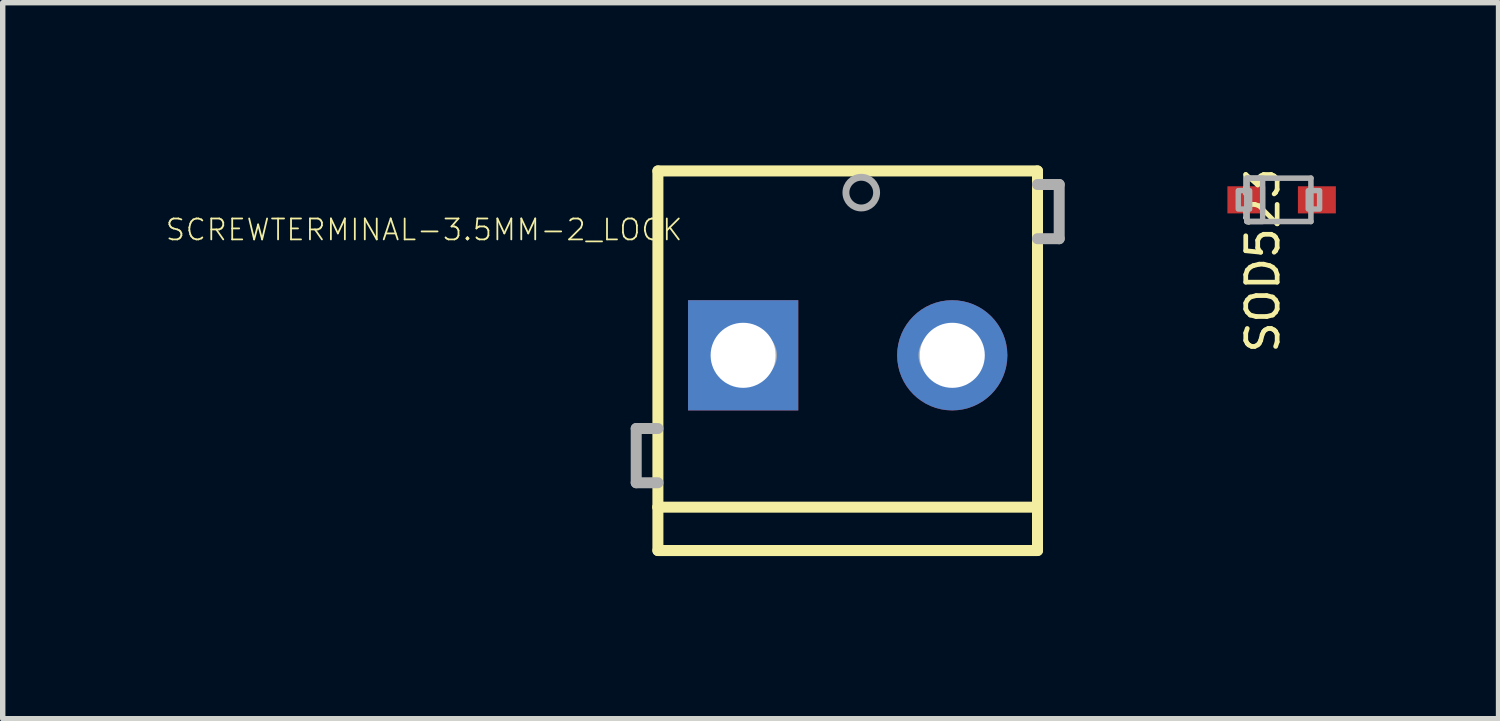
<source format=kicad_pcb>
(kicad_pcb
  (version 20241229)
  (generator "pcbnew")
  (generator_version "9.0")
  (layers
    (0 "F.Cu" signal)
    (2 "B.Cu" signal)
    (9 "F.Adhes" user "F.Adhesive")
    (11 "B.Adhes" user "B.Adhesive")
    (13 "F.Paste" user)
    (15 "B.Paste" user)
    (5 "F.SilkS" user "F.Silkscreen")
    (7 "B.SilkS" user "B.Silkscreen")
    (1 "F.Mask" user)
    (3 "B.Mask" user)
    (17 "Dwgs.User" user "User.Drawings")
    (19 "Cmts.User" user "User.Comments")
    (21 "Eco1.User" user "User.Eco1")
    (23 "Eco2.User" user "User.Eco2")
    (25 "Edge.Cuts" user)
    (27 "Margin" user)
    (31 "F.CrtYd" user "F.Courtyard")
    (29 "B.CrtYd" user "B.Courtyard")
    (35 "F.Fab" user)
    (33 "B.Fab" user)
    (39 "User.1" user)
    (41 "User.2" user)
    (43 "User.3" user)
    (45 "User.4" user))
  (footprint "SCREWTERMINAL-3.5MM-2_LOCK"
    (layer "F.Cu")
    (at 10.832 3.502)
    (property "Reference" "SCREWTERMINAL-3.5MM-2_LOCK" (at -1.27 -2.54 0) (layer "F.SilkS") (effects (font (size 0.386 0.386) (thickness 0.033)) (justify right top)))
    (attr through_hole)
    (fp_line (start -1.75 -3.4) (end 5.25 -3.4) (stroke (width 0.203) (type solid)) (layer "F.SilkS"))
    (fp_line (start -1.75 2.8) (end -1.75 -3.4) (stroke (width 0.203) (type solid)) (layer "F.SilkS"))
    (fp_line (start -1.75 3.6) (end -1.75 2.8) (stroke (width 0.203) (type solid)) (layer "F.SilkS"))
    (fp_line (start 5.25 -3.4) (end 5.25 2.8) (stroke (width 0.203) (type solid)) (layer "F.SilkS"))
    (fp_line (start 5.25 2.8) (end -1.75 2.8) (stroke (width 0.203) (type solid)) (layer "F.SilkS"))
    (fp_line (start 5.25 2.8) (end 5.25 3.6) (stroke (width 0.203) (type solid)) (layer "F.SilkS"))
    (fp_line (start 5.25 3.6) (end -1.75 3.6) (stroke (width 0.203) (type solid)) (layer "F.SilkS"))
    (fp_line (start -2.15 1.35) (end -2.15 2.35) (stroke (width 0.203) (type solid)) (layer "F.Fab"))
    (fp_line (start -2.15 2.35) (end -1.75 2.35) (stroke (width 0.203) (type solid)) (layer "F.Fab"))
    (fp_line (start -1.75 1.35) (end -2.15 1.35) (stroke (width 0.203) (type solid)) (layer "F.Fab"))
    (fp_line (start 5.25 -3.15) (end 5.65 -3.15) (stroke (width 0.203) (type solid)) (layer "F.Fab"))
    (fp_line (start 5.65 -3.15) (end 5.65 -2.15) (stroke (width 0.203) (type solid)) (layer "F.Fab"))
    (fp_line (start 5.65 -2.15) (end 5.25 -2.15) (stroke (width 0.203) (type solid)) (layer "F.Fab"))
    (fp_circle (center 0 0) (end 0.432 0) (stroke (width 0.025) (type solid)) (fill no) (layer "F.Fab"))
    (fp_circle (center 2 -3) (end 2.283 -3) (stroke (width 0.127) (type solid)) (fill no) (layer "F.Fab"))
    (fp_circle (center 3.5 0) (end 3.932 0) (stroke (width 0.025) (type solid)) (fill no) (layer "F.Fab"))
    (pad "1" thru_hole rect (at -0.178 0) (size 2.032 2.032) (drill 1.2) (layers "*.Cu" "*.Mask"))
    (pad "2" thru_hole circle (at 3.678 0) (size 2.032 2.032) (drill 1.2) (layers "*.Cu" "*.Mask")))
  (footprint "SOD523"
    (layer "F.Cu")
    (at 20.534 0.635)
    (property "Reference" "SOD523" (at -0.635 -0.635 270) (layer "F.SilkS") (effects (font (size 0.579 0.579) (thickness 0.087)) (justify right top)))
    (attr through_hole)
    (fp_line (start -0.59 -0.4) (end 0.59 -0.4) (stroke (width 0.102) (type solid)) (layer "F.Fab"))
    (fp_line (start -0.59 0.4) (end -0.59 -0.4) (stroke (width 0.102) (type solid)) (layer "F.Fab"))
    (fp_line (start 0.59 -0.4) (end 0.59 0.4) (stroke (width 0.102) (type solid)) (layer "F.Fab"))
    (fp_line (start 0.59 0.4) (end -0.59 0.4) (stroke (width 0.102) (type solid)) (layer "F.Fab"))
    (fp_poly (pts (xy -0.75 0.17) (xy -0.54 0.17) (xy -0.54 -0.17) (xy -0.75 -0.17)) (stroke (width 0.1) (type solid)) (fill no) (layer "F.Fab"))
    (fp_poly (pts (xy -0.59 0.4) (xy -0.3 0.4) (xy -0.3 -0.4) (xy -0.59 -0.4)) (stroke (width 0.1) (type solid)) (fill no) (layer "F.Fab"))
    (fp_poly (pts (xy 0.54 0.17) (xy 0.75 0.17) (xy 0.75 -0.17) (xy 0.54 -0.17)) (stroke (width 0.1) (type solid)) (fill no) (layer "F.Fab"))
    (pad "A" smd rect (at 0.7 0) (size 0.7 0.5) (layers "F.Cu" "F.Mask" "F.Paste"))
    (pad "C" smd rect (at -0.6 0) (size 0.7 0.5) (layers "F.Cu" "F.Mask" "F.Paste")))
  (gr_rect
    (start -3 -3)
    (end 24.584 10.203)
    (stroke (width 0.1) (type default))
    (fill no)
    (layer "Edge.Cuts")))
</source>
